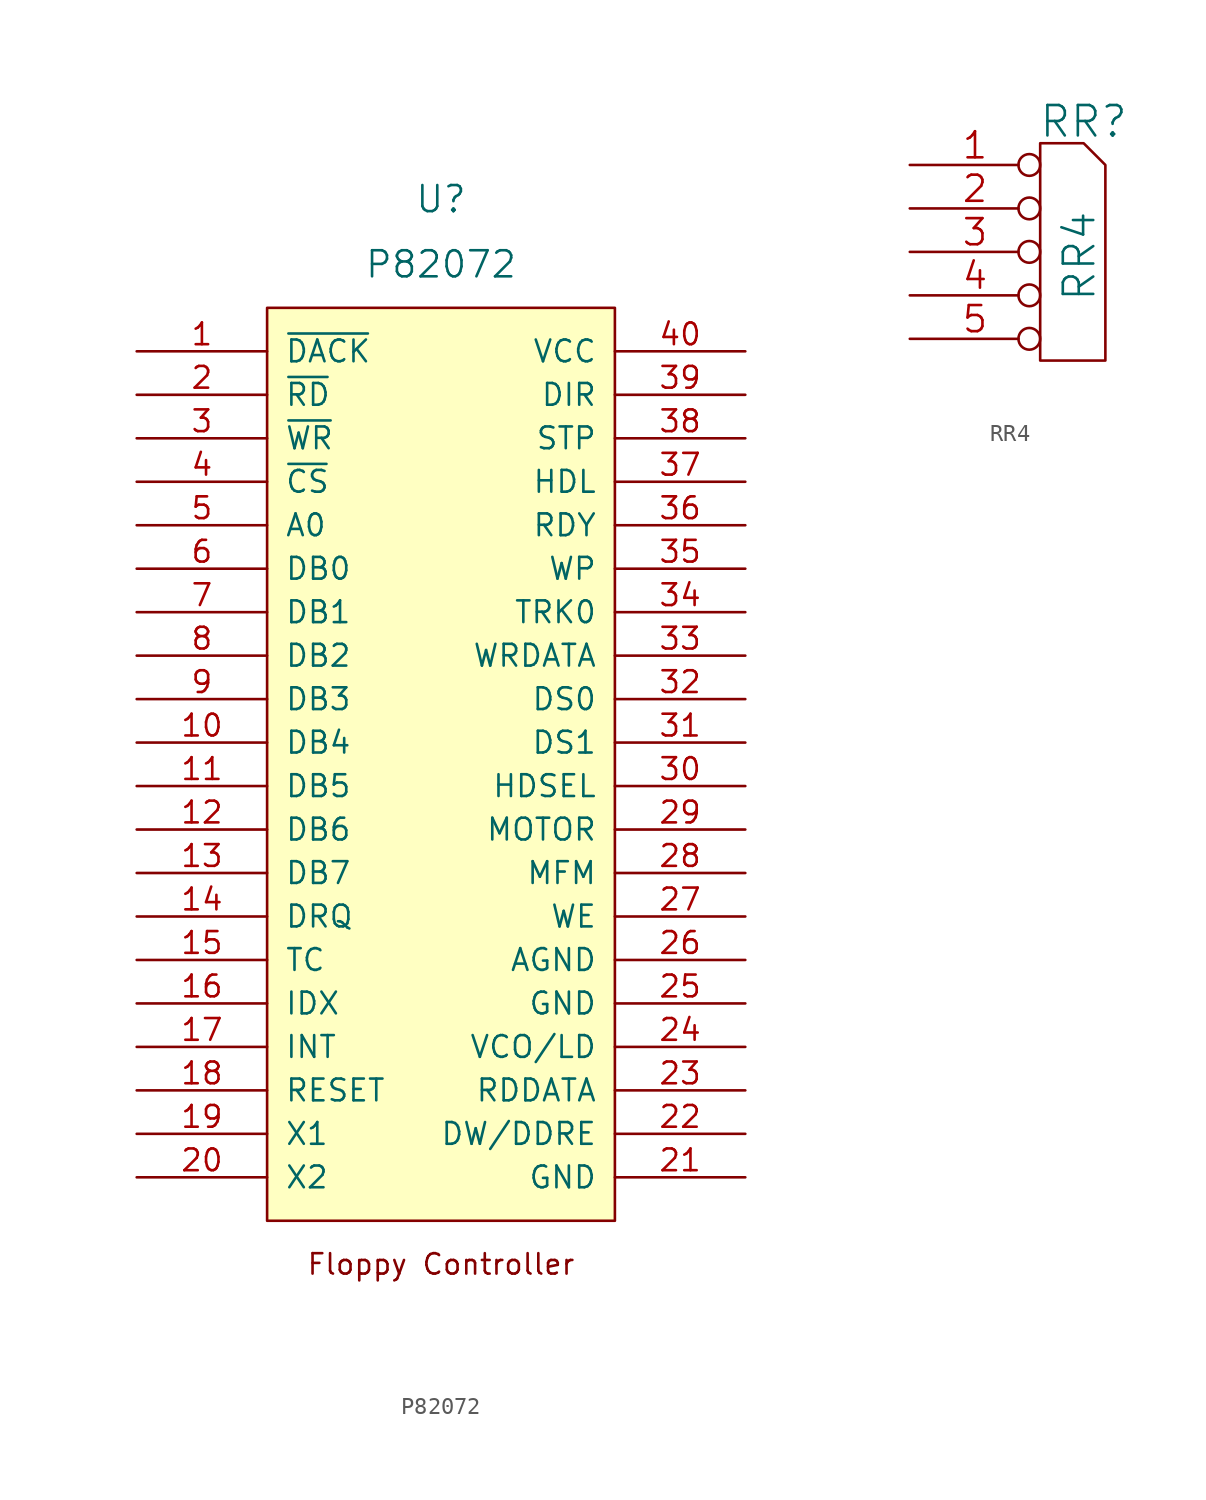
<source format=kicad_sym>
(kicad_symbol_lib
  (version 20211014)
  (generator kicad_symbol_editor)
  (symbol "P82072"
    (pin_names
      (offset 1.016))
    (property "Reference" "U"
      (at 0 38.1 0)
      (effects (font (size 1.524 1.524))))
    (property "Value" "P82072"
      (at 0 34.29 0)
      (effects (font (size 1.524 1.524))))
    (property "Footprint" ""
      (at 0 -16.51 0)
      (effects (font (size 1.524 1.524))))
    (property "Datasheet" ""
      (at 0 -16.51 0)
      (effects (font (size 1.524 1.524))))
    (symbol "P82072_0_0"
      (text "Floppy Controller" (at 0 -24.13 0) (effects (font (size 1.194 1.194)))))
    (symbol "P82072_0_1"
      (rectangle (start -10.16 31.75) (end 10.16 -21.59) (stroke (width 0) (type default) (color 0 0 0 0)) (fill (type background))))
    (symbol "P82072_1_1"
      (pin input line (at -17.78 29.21 0) (length 7.62) (name "~{DACK}" (effects (font (size 1.27 1.27)))) (number "1" (effects (font (size 1.27 1.27)))))
      (pin tri_state line (at -17.78 6.35 0) (length 7.62) (name "DB4" (effects (font (size 1.27 1.27)))) (number "10" (effects (font (size 1.27 1.27)))))
      (pin tri_state line (at -17.78 3.81 0) (length 7.62) (name "DB5" (effects (font (size 1.27 1.27)))) (number "11" (effects (font (size 1.27 1.27)))))
      (pin tri_state line (at -17.78 1.27 0) (length 7.62) (name "DB6" (effects (font (size 1.27 1.27)))) (number "12" (effects (font (size 1.27 1.27)))))
      (pin tri_state line (at -17.78 -1.27 0) (length 7.62) (name "DB7" (effects (font (size 1.27 1.27)))) (number "13" (effects (font (size 1.27 1.27)))))
      (pin output line (at -17.78 -3.81 0) (length 7.62) (name "DRQ" (effects (font (size 1.27 1.27)))) (number "14" (effects (font (size 1.27 1.27)))))
      (pin input line (at -17.78 -6.35 0) (length 7.62) (name "TC" (effects (font (size 1.27 1.27)))) (number "15" (effects (font (size 1.27 1.27)))))
      (pin input line (at -17.78 -8.89 0) (length 7.62) (name "IDX" (effects (font (size 1.27 1.27)))) (number "16" (effects (font (size 1.27 1.27)))))
      (pin output line (at -17.78 -11.43 0) (length 7.62) (name "INT" (effects (font (size 1.27 1.27)))) (number "17" (effects (font (size 1.27 1.27)))))
      (pin input line (at -17.78 -13.97 0) (length 7.62) (name "RESET" (effects (font (size 1.27 1.27)))) (number "18" (effects (font (size 1.27 1.27)))))
      (pin input line (at -17.78 -16.51 0) (length 7.62) (name "X1" (effects (font (size 1.27 1.27)))) (number "19" (effects (font (size 1.27 1.27)))))
      (pin input line (at -17.78 26.67 0) (length 7.62) (name "~{RD}" (effects (font (size 1.27 1.27)))) (number "2" (effects (font (size 1.27 1.27)))))
      (pin input line (at -17.78 -19.05 0) (length 7.62) (name "X2" (effects (font (size 1.27 1.27)))) (number "20" (effects (font (size 1.27 1.27)))))
      (pin power_in line (at 17.78 -19.05 180) (length 7.62) (name "GND" (effects (font (size 1.27 1.27)))) (number "21" (effects (font (size 1.27 1.27)))))
      (pin input line (at 17.78 -16.51 180) (length 7.62) (name "DW/DDRE" (effects (font (size 1.27 1.27)))) (number "22" (effects (font (size 1.27 1.27)))))
      (pin input line (at 17.78 -13.97 180) (length 7.62) (name "RDDATA" (effects (font (size 1.27 1.27)))) (number "23" (effects (font (size 1.27 1.27)))))
      (pin output line (at 17.78 -11.43 180) (length 7.62) (name "VCO/LD" (effects (font (size 1.27 1.27)))) (number "24" (effects (font (size 1.27 1.27)))))
      (pin power_in line (at 17.78 -8.89 180) (length 7.62) (name "GND" (effects (font (size 1.27 1.27)))) (number "25" (effects (font (size 1.27 1.27)))))
      (pin power_in line (at 17.78 -6.35 180) (length 7.62) (name "AGND" (effects (font (size 1.27 1.27)))) (number "26" (effects (font (size 1.27 1.27)))))
      (pin output line (at 17.78 -3.81 180) (length 7.62) (name "WE" (effects (font (size 1.27 1.27)))) (number "27" (effects (font (size 1.27 1.27)))))
      (pin output line (at 17.78 -1.27 180) (length 7.62) (name "MFM" (effects (font (size 1.27 1.27)))) (number "28" (effects (font (size 1.27 1.27)))))
      (pin output line (at 17.78 1.27 180) (length 7.62) (name "MOTOR" (effects (font (size 1.27 1.27)))) (number "29" (effects (font (size 1.27 1.27)))))
      (pin input line (at -17.78 24.13 0) (length 7.62) (name "~{WR}" (effects (font (size 1.27 1.27)))) (number "3" (effects (font (size 1.27 1.27)))))
      (pin output line (at 17.78 3.81 180) (length 7.62) (name "HDSEL" (effects (font (size 1.27 1.27)))) (number "30" (effects (font (size 1.27 1.27)))))
      (pin output line (at 17.78 6.35 180) (length 7.62) (name "DS1" (effects (font (size 1.27 1.27)))) (number "31" (effects (font (size 1.27 1.27)))))
      (pin output line (at 17.78 8.89 180) (length 7.62) (name "DS0" (effects (font (size 1.27 1.27)))) (number "32" (effects (font (size 1.27 1.27)))))
      (pin output line (at 17.78 11.43 180) (length 7.62) (name "WRDATA" (effects (font (size 1.27 1.27)))) (number "33" (effects (font (size 1.27 1.27)))))
      (pin input line (at 17.78 13.97 180) (length 7.62) (name "TRK0" (effects (font (size 1.27 1.27)))) (number "34" (effects (font (size 1.27 1.27)))))
      (pin input line (at 17.78 16.51 180) (length 7.62) (name "WP" (effects (font (size 1.27 1.27)))) (number "35" (effects (font (size 1.27 1.27)))))
      (pin input line (at 17.78 19.05 180) (length 7.62) (name "RDY" (effects (font (size 1.27 1.27)))) (number "36" (effects (font (size 1.27 1.27)))))
      (pin output line (at 17.78 21.59 180) (length 7.62) (name "HDL" (effects (font (size 1.27 1.27)))) (number "37" (effects (font (size 1.27 1.27)))))
      (pin output line (at 17.78 24.13 180) (length 7.62) (name "STP" (effects (font (size 1.27 1.27)))) (number "38" (effects (font (size 1.27 1.27)))))
      (pin output line (at 17.78 26.67 180) (length 7.62) (name "DIR" (effects (font (size 1.27 1.27)))) (number "39" (effects (font (size 1.27 1.27)))))
      (pin input line (at -17.78 21.59 0) (length 7.62) (name "~{CS}" (effects (font (size 1.27 1.27)))) (number "4" (effects (font (size 1.27 1.27)))))
      (pin power_in line (at 17.78 29.21 180) (length 7.62) (name "VCC" (effects (font (size 1.27 1.27)))) (number "40" (effects (font (size 1.27 1.27)))))
      (pin input line (at -17.78 19.05 0) (length 7.62) (name "A0" (effects (font (size 1.27 1.27)))) (number "5" (effects (font (size 1.27 1.27)))))
      (pin tri_state line (at -17.78 16.51 0) (length 7.62) (name "DB0" (effects (font (size 1.27 1.27)))) (number "6" (effects (font (size 1.27 1.27)))))
      (pin tri_state line (at -17.78 13.97 0) (length 7.62) (name "DB1" (effects (font (size 1.27 1.27)))) (number "7" (effects (font (size 1.27 1.27)))))
      (pin tri_state line (at -17.78 11.43 0) (length 7.62) (name "DB2" (effects (font (size 1.27 1.27)))) (number "8" (effects (font (size 1.27 1.27)))))
      (pin tri_state line (at -17.78 8.89 0) (length 7.62) (name "DB3" (effects (font (size 1.27 1.27)))) (number "9" (effects (font (size 1.27 1.27)))))))
  (symbol "RR4"
    (pin_names
      (offset 1.016) hide)
    (property "Reference" "RR"
      (at 1.27 7.62 0)
      (effects (font (size 1.778 1.778))))
    (property "Value" "RR4"
      (at 1.016 -0.254 90)
      (effects (font (size 1.778 1.778))))
    (property "Footprint" ""
      (at 0 -7.62 0)
      (effects (font (size 1.524 1.524))))
    (property "Datasheet" ""
      (at 0 -7.62 0)
      (effects (font (size 1.524 1.524))))
    (symbol "RR4_0_1"
      (polyline (pts (xy -1.27 -6.35) (xy -1.27 6.35) (xy 1.27 6.35) (xy 2.54 5.08) (xy 2.54 -6.35) (xy 1.27 -6.35) (xy -1.27 -6.35)) (stroke (width 0) (type default) (color 0 0 0 0)) (fill (type none))))
    (symbol "RR4_1_1"
      (pin passive inverted (at -8.89 5.08 0) (length 7.62) (name "COM" (effects (font (size 1.524 1.524)))) (number "1" (effects (font (size 1.524 1.524)))))
      (pin passive inverted (at -8.89 2.54 0) (length 7.62) (name "2" (effects (font (size 1.524 1.524)))) (number "2" (effects (font (size 1.524 1.524)))))
      (pin passive inverted (at -8.89 0 0) (length 7.62) (name "3" (effects (font (size 1.524 1.524)))) (number "3" (effects (font (size 1.524 1.524)))))
      (pin passive inverted (at -8.89 -2.54 0) (length 7.62) (name "4" (effects (font (size 1.524 1.524)))) (number "4" (effects (font (size 1.524 1.524)))))
      (pin passive inverted (at -8.89 -5.08 0) (length 7.62) (name "5" (effects (font (size 1.524 1.524)))) (number "5" (effects (font (size 1.524 1.524))))))))
</source>
